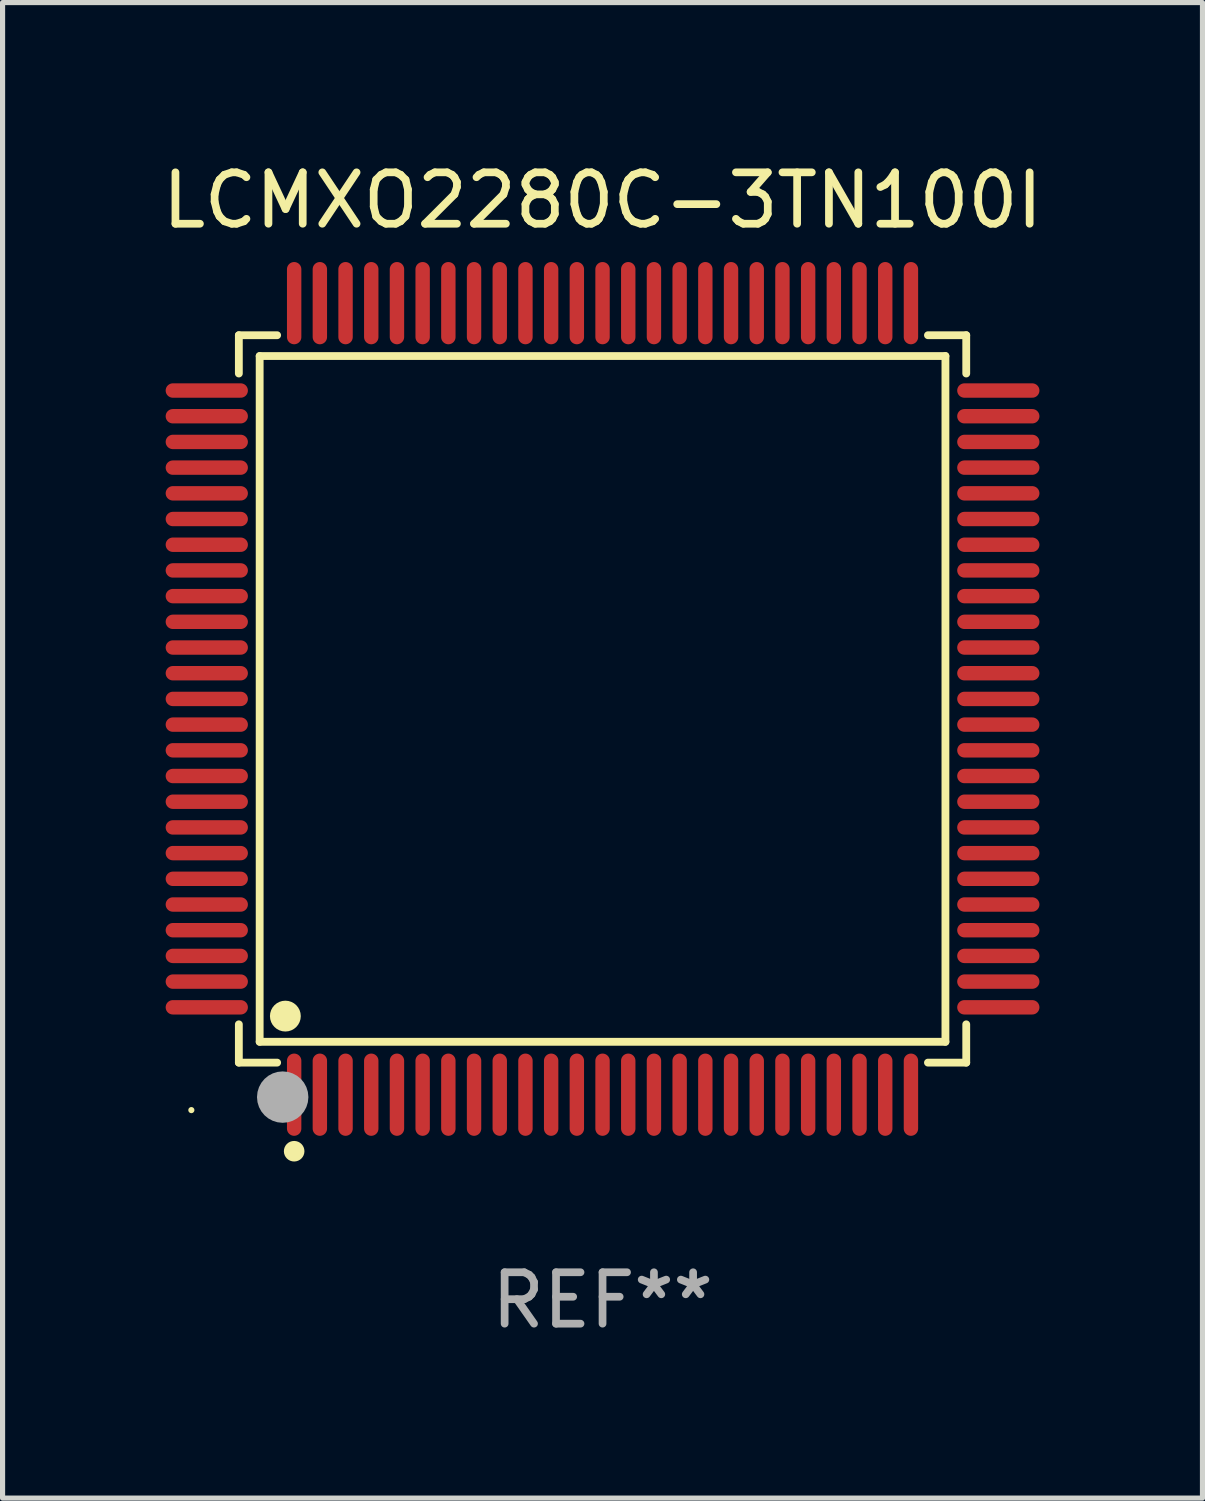
<source format=kicad_pcb>
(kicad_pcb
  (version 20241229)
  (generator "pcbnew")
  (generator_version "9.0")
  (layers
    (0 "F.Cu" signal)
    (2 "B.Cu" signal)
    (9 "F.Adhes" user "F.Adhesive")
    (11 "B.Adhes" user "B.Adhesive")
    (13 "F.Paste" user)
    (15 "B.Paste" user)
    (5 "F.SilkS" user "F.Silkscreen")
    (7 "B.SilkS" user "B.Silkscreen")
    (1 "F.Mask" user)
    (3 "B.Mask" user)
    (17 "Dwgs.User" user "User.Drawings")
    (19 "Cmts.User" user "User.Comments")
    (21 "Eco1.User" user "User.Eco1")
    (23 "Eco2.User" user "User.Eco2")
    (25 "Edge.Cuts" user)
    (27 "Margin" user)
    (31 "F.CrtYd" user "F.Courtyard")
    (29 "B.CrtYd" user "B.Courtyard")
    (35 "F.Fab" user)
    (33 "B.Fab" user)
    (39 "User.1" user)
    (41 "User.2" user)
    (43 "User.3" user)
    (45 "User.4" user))
  (footprint "LCMXO2280C-3TN100I"
    (layer "F.Cu")
    (at 8.673 10.548)
    (property "Reference" "LCMXO2280C-3TN100I" (at 0 -9.7 0) (layer "F.SilkS") (effects (font (size 1 1) (thickness 0.15))))
    (attr through_hole)
    (fp_line (start -7.076 -7.076) (end -6.331 -7.076) (stroke (width 0.152) (type solid)) (layer "F.SilkS"))
    (fp_line (start -7.076 -6.331) (end -7.076 -7.076) (stroke (width 0.152) (type solid)) (layer "F.SilkS"))
    (fp_line (start -7.076 6.331) (end -7.076 7.076) (stroke (width 0.152) (type solid)) (layer "F.SilkS"))
    (fp_line (start -7.076 7.076) (end -6.331 7.076) (stroke (width 0.152) (type solid)) (layer "F.SilkS"))
    (fp_line (start -6.671 -6.671) (end 6.671 -6.671) (stroke (width 0.152) (type solid)) (layer "F.SilkS"))
    (fp_line (start -6.671 6.671) (end -6.671 -6.671) (stroke (width 0.152) (type solid)) (layer "F.SilkS"))
    (fp_line (start 6.671 -6.671) (end 6.671 6.671) (stroke (width 0.152) (type solid)) (layer "F.SilkS"))
    (fp_line (start 6.671 6.671) (end -6.671 6.671) (stroke (width 0.152) (type solid)) (layer "F.SilkS"))
    (fp_line (start 7.076 -7.076) (end 6.331 -7.076) (stroke (width 0.152) (type solid)) (layer "F.SilkS"))
    (fp_line (start 7.076 -6.331) (end 7.076 -7.076) (stroke (width 0.152) (type solid)) (layer "F.SilkS"))
    (fp_line (start 7.076 6.331) (end 7.076 7.076) (stroke (width 0.152) (type solid)) (layer "F.SilkS"))
    (fp_line (start 7.076 7.076) (end 6.331 7.076) (stroke (width 0.152) (type solid)) (layer "F.SilkS"))
    (fp_circle (center -8 8) (end -7.97 8) (stroke (width 0.06) (type solid)) (fill no) (layer "F.SilkS"))
    (fp_circle (center -6.171 6.171) (end -6.021 6.171) (stroke (width 0.3) (type solid)) (fill no) (layer "F.SilkS"))
    (fp_circle (center -6 8.8) (end -5.9 8.8) (stroke (width 0.2) (type solid)) (fill no) (layer "F.SilkS"))
    (fp_circle (center -6.223 7.747) (end -5.973 7.747) (stroke (width 0.5) (type solid)) (fill no) (layer "F.Fab"))
    (fp_text user "REF**" (at 0 11.7 0) (layer "F.Fab") (effects (font (size 1 1) (thickness 0.15))))
    (pad "1" smd oval (at -6 7.7) (size 0.28 1.6) (layers "F.Cu" "F.Mask" "F.Paste"))
    (pad "2" smd oval (at -5.5 7.7) (size 0.28 1.6) (layers "F.Cu" "F.Mask" "F.Paste"))
    (pad "3" smd oval (at -5 7.7) (size 0.28 1.6) (layers "F.Cu" "F.Mask" "F.Paste"))
    (pad "4" smd oval (at -4.5 7.7) (size 0.28 1.6) (layers "F.Cu" "F.Mask" "F.Paste"))
    (pad "5" smd oval (at -4 7.7) (size 0.28 1.6) (layers "F.Cu" "F.Mask" "F.Paste"))
    (pad "6" smd oval (at -3.5 7.7) (size 0.28 1.6) (layers "F.Cu" "F.Mask" "F.Paste"))
    (pad "7" smd oval (at -3 7.7) (size 0.28 1.6) (layers "F.Cu" "F.Mask" "F.Paste"))
    (pad "8" smd oval (at -2.5 7.7) (size 0.28 1.6) (layers "F.Cu" "F.Mask" "F.Paste"))
    (pad "9" smd oval (at -2 7.7) (size 0.28 1.6) (layers "F.Cu" "F.Mask" "F.Paste"))
    (pad "10" smd oval (at -1.5 7.7) (size 0.28 1.6) (layers "F.Cu" "F.Mask" "F.Paste"))
    (pad "11" smd oval (at -1 7.7) (size 0.28 1.6) (layers "F.Cu" "F.Mask" "F.Paste"))
    (pad "12" smd oval (at -0.5 7.7) (size 0.28 1.6) (layers "F.Cu" "F.Mask" "F.Paste"))
    (pad "13" smd oval (at 0 7.7) (size 0.28 1.6) (layers "F.Cu" "F.Mask" "F.Paste"))
    (pad "14" smd oval (at 0.5 7.7) (size 0.28 1.6) (layers "F.Cu" "F.Mask" "F.Paste"))
    (pad "15" smd oval (at 1 7.7) (size 0.28 1.6) (layers "F.Cu" "F.Mask" "F.Paste"))
    (pad "16" smd oval (at 1.5 7.7) (size 0.28 1.6) (layers "F.Cu" "F.Mask" "F.Paste"))
    (pad "17" smd oval (at 2 7.7) (size 0.28 1.6) (layers "F.Cu" "F.Mask" "F.Paste"))
    (pad "18" smd oval (at 2.5 7.7) (size 0.28 1.6) (layers "F.Cu" "F.Mask" "F.Paste"))
    (pad "19" smd oval (at 3 7.7) (size 0.28 1.6) (layers "F.Cu" "F.Mask" "F.Paste"))
    (pad "20" smd oval (at 3.5 7.7) (size 0.28 1.6) (layers "F.Cu" "F.Mask" "F.Paste"))
    (pad "21" smd oval (at 4 7.7) (size 0.28 1.6) (layers "F.Cu" "F.Mask" "F.Paste"))
    (pad "22" smd oval (at 4.5 7.7) (size 0.28 1.6) (layers "F.Cu" "F.Mask" "F.Paste"))
    (pad "23" smd oval (at 5 7.7) (size 0.28 1.6) (layers "F.Cu" "F.Mask" "F.Paste"))
    (pad "24" smd oval (at 5.5 7.7) (size 0.28 1.6) (layers "F.Cu" "F.Mask" "F.Paste"))
    (pad "25" smd oval (at 6 7.7) (size 0.28 1.6) (layers "F.Cu" "F.Mask" "F.Paste"))
    (pad "26" smd oval (at 7.7 6) (size 1.6 0.28) (layers "F.Cu" "F.Mask" "F.Paste"))
    (pad "27" smd oval (at 7.7 5.5) (size 1.6 0.28) (layers "F.Cu" "F.Mask" "F.Paste"))
    (pad "28" smd oval (at 7.7 5) (size 1.6 0.28) (layers "F.Cu" "F.Mask" "F.Paste"))
    (pad "29" smd oval (at 7.7 4.5) (size 1.6 0.28) (layers "F.Cu" "F.Mask" "F.Paste"))
    (pad "30" smd oval (at 7.7 4) (size 1.6 0.28) (layers "F.Cu" "F.Mask" "F.Paste"))
    (pad "31" smd oval (at 7.7 3.5) (size 1.6 0.28) (layers "F.Cu" "F.Mask" "F.Paste"))
    (pad "32" smd oval (at 7.7 3) (size 1.6 0.28) (layers "F.Cu" "F.Mask" "F.Paste"))
    (pad "33" smd oval (at 7.7 2.5) (size 1.6 0.28) (layers "F.Cu" "F.Mask" "F.Paste"))
    (pad "34" smd oval (at 7.7 2) (size 1.6 0.28) (layers "F.Cu" "F.Mask" "F.Paste"))
    (pad "35" smd oval (at 7.7 1.5) (size 1.6 0.28) (layers "F.Cu" "F.Mask" "F.Paste"))
    (pad "36" smd oval (at 7.7 1) (size 1.6 0.28) (layers "F.Cu" "F.Mask" "F.Paste"))
    (pad "37" smd oval (at 7.7 0.5) (size 1.6 0.28) (layers "F.Cu" "F.Mask" "F.Paste"))
    (pad "38" smd oval (at 7.7 0) (size 1.6 0.28) (layers "F.Cu" "F.Mask" "F.Paste"))
    (pad "39" smd oval (at 7.7 -0.5) (size 1.6 0.28) (layers "F.Cu" "F.Mask" "F.Paste"))
    (pad "40" smd oval (at 7.7 -1) (size 1.6 0.28) (layers "F.Cu" "F.Mask" "F.Paste"))
    (pad "41" smd oval (at 7.7 -1.5) (size 1.6 0.28) (layers "F.Cu" "F.Mask" "F.Paste"))
    (pad "42" smd oval (at 7.7 -2) (size 1.6 0.28) (layers "F.Cu" "F.Mask" "F.Paste"))
    (pad "43" smd oval (at 7.7 -2.5) (size 1.6 0.28) (layers "F.Cu" "F.Mask" "F.Paste"))
    (pad "44" smd oval (at 7.7 -3) (size 1.6 0.28) (layers "F.Cu" "F.Mask" "F.Paste"))
    (pad "45" smd oval (at 7.7 -3.5) (size 1.6 0.28) (layers "F.Cu" "F.Mask" "F.Paste"))
    (pad "46" smd oval (at 7.7 -4) (size 1.6 0.28) (layers "F.Cu" "F.Mask" "F.Paste"))
    (pad "47" smd oval (at 7.7 -4.5) (size 1.6 0.28) (layers "F.Cu" "F.Mask" "F.Paste"))
    (pad "48" smd oval (at 7.7 -5) (size 1.6 0.28) (layers "F.Cu" "F.Mask" "F.Paste"))
    (pad "49" smd oval (at 7.7 -5.5) (size 1.6 0.28) (layers "F.Cu" "F.Mask" "F.Paste"))
    (pad "50" smd oval (at 7.7 -6) (size 1.6 0.28) (layers "F.Cu" "F.Mask" "F.Paste"))
    (pad "51" smd oval (at 6 -7.7) (size 0.28 1.6) (layers "F.Cu" "F.Mask" "F.Paste"))
    (pad "52" smd oval (at 5.5 -7.7) (size 0.28 1.6) (layers "F.Cu" "F.Mask" "F.Paste"))
    (pad "53" smd oval (at 5 -7.7) (size 0.28 1.6) (layers "F.Cu" "F.Mask" "F.Paste"))
    (pad "54" smd oval (at 4.5 -7.7) (size 0.28 1.6) (layers "F.Cu" "F.Mask" "F.Paste"))
    (pad "55" smd oval (at 4 -7.7) (size 0.28 1.6) (layers "F.Cu" "F.Mask" "F.Paste"))
    (pad "56" smd oval (at 3.5 -7.7) (size 0.28 1.6) (layers "F.Cu" "F.Mask" "F.Paste"))
    (pad "57" smd oval (at 3 -7.7) (size 0.28 1.6) (layers "F.Cu" "F.Mask" "F.Paste"))
    (pad "58" smd oval (at 2.5 -7.7) (size 0.28 1.6) (layers "F.Cu" "F.Mask" "F.Paste"))
    (pad "59" smd oval (at 2 -7.7) (size 0.28 1.6) (layers "F.Cu" "F.Mask" "F.Paste"))
    (pad "60" smd oval (at 1.5 -7.7) (size 0.28 1.6) (layers "F.Cu" "F.Mask" "F.Paste"))
    (pad "61" smd oval (at 1 -7.7) (size 0.28 1.6) (layers "F.Cu" "F.Mask" "F.Paste"))
    (pad "62" smd oval (at 0.5 -7.7) (size 0.28 1.6) (layers "F.Cu" "F.Mask" "F.Paste"))
    (pad "63" smd oval (at 0 -7.7) (size 0.28 1.6) (layers "F.Cu" "F.Mask" "F.Paste"))
    (pad "64" smd oval (at -0.5 -7.7) (size 0.28 1.6) (layers "F.Cu" "F.Mask" "F.Paste"))
    (pad "65" smd oval (at -1 -7.7) (size 0.28 1.6) (layers "F.Cu" "F.Mask" "F.Paste"))
    (pad "66" smd oval (at -1.5 -7.7) (size 0.28 1.6) (layers "F.Cu" "F.Mask" "F.Paste"))
    (pad "67" smd oval (at -2 -7.7) (size 0.28 1.6) (layers "F.Cu" "F.Mask" "F.Paste"))
    (pad "68" smd oval (at -2.5 -7.7) (size 0.28 1.6) (layers "F.Cu" "F.Mask" "F.Paste"))
    (pad "69" smd oval (at -3 -7.7) (size 0.28 1.6) (layers "F.Cu" "F.Mask" "F.Paste"))
    (pad "70" smd oval (at -3.5 -7.7) (size 0.28 1.6) (layers "F.Cu" "F.Mask" "F.Paste"))
    (pad "71" smd oval (at -4 -7.7) (size 0.28 1.6) (layers "F.Cu" "F.Mask" "F.Paste"))
    (pad "72" smd oval (at -4.5 -7.7) (size 0.28 1.6) (layers "F.Cu" "F.Mask" "F.Paste"))
    (pad "73" smd oval (at -5 -7.7) (size 0.28 1.6) (layers "F.Cu" "F.Mask" "F.Paste"))
    (pad "74" smd oval (at -5.5 -7.7) (size 0.28 1.6) (layers "F.Cu" "F.Mask" "F.Paste"))
    (pad "75" smd oval (at -6 -7.7) (size 0.28 1.6) (layers "F.Cu" "F.Mask" "F.Paste"))
    (pad "76" smd oval (at -7.7 -6) (size 1.6 0.28) (layers "F.Cu" "F.Mask" "F.Paste"))
    (pad "77" smd oval (at -7.7 -5.5) (size 1.6 0.28) (layers "F.Cu" "F.Mask" "F.Paste"))
    (pad "78" smd oval (at -7.7 -5) (size 1.6 0.28) (layers "F.Cu" "F.Mask" "F.Paste"))
    (pad "79" smd oval (at -7.7 -4.5) (size 1.6 0.28) (layers "F.Cu" "F.Mask" "F.Paste"))
    (pad "80" smd oval (at -7.7 -4) (size 1.6 0.28) (layers "F.Cu" "F.Mask" "F.Paste"))
    (pad "81" smd oval (at -7.7 -3.5) (size 1.6 0.28) (layers "F.Cu" "F.Mask" "F.Paste"))
    (pad "82" smd oval (at -7.7 -3) (size 1.6 0.28) (layers "F.Cu" "F.Mask" "F.Paste"))
    (pad "83" smd oval (at -7.7 -2.5) (size 1.6 0.28) (layers "F.Cu" "F.Mask" "F.Paste"))
    (pad "84" smd oval (at -7.7 -2) (size 1.6 0.28) (layers "F.Cu" "F.Mask" "F.Paste"))
    (pad "85" smd oval (at -7.7 -1.5) (size 1.6 0.28) (layers "F.Cu" "F.Mask" "F.Paste"))
    (pad "86" smd oval (at -7.7 -1) (size 1.6 0.28) (layers "F.Cu" "F.Mask" "F.Paste"))
    (pad "87" smd oval (at -7.7 -0.5) (size 1.6 0.28) (layers "F.Cu" "F.Mask" "F.Paste"))
    (pad "88" smd oval (at -7.7 0) (size 1.6 0.28) (layers "F.Cu" "F.Mask" "F.Paste"))
    (pad "89" smd oval (at -7.7 0.5) (size 1.6 0.28) (layers "F.Cu" "F.Mask" "F.Paste"))
    (pad "90" smd oval (at -7.7 1) (size 1.6 0.28) (layers "F.Cu" "F.Mask" "F.Paste"))
    (pad "91" smd oval (at -7.7 1.5) (size 1.6 0.28) (layers "F.Cu" "F.Mask" "F.Paste"))
    (pad "92" smd oval (at -7.7 2) (size 1.6 0.28) (layers "F.Cu" "F.Mask" "F.Paste"))
    (pad "93" smd oval (at -7.7 2.5) (size 1.6 0.28) (layers "F.Cu" "F.Mask" "F.Paste"))
    (pad "94" smd oval (at -7.7 3) (size 1.6 0.28) (layers "F.Cu" "F.Mask" "F.Paste"))
    (pad "95" smd oval (at -7.7 3.5) (size 1.6 0.28) (layers "F.Cu" "F.Mask" "F.Paste"))
    (pad "96" smd oval (at -7.7 4) (size 1.6 0.28) (layers "F.Cu" "F.Mask" "F.Paste"))
    (pad "97" smd oval (at -7.7 4.5) (size 1.6 0.28) (layers "F.Cu" "F.Mask" "F.Paste"))
    (pad "98" smd oval (at -7.7 5) (size 1.6 0.28) (layers "F.Cu" "F.Mask" "F.Paste"))
    (pad "99" smd oval (at -7.7 5.5) (size 1.6 0.28) (layers "F.Cu" "F.Mask" "F.Paste"))
    (pad "100" smd oval (at -7.7 6) (size 1.6 0.28) (layers "F.Cu" "F.Mask" "F.Paste")))
  (gr_rect
    (start -3 -3)
    (end 20.345 26.097)
    (stroke (width 0.1) (type default))
    (fill no)
    (layer "Edge.Cuts")))
</source>
